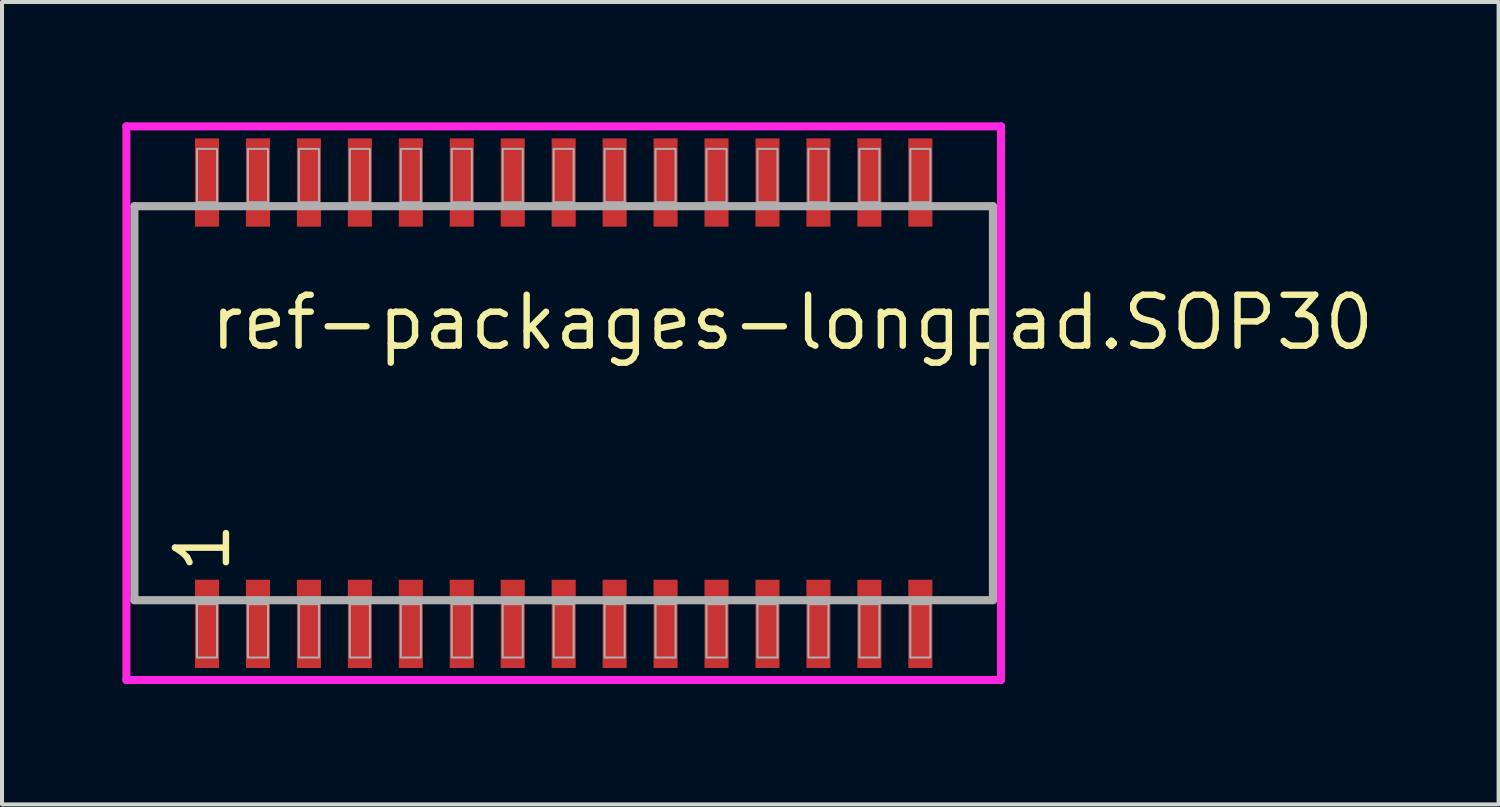
<source format=kicad_pcb>
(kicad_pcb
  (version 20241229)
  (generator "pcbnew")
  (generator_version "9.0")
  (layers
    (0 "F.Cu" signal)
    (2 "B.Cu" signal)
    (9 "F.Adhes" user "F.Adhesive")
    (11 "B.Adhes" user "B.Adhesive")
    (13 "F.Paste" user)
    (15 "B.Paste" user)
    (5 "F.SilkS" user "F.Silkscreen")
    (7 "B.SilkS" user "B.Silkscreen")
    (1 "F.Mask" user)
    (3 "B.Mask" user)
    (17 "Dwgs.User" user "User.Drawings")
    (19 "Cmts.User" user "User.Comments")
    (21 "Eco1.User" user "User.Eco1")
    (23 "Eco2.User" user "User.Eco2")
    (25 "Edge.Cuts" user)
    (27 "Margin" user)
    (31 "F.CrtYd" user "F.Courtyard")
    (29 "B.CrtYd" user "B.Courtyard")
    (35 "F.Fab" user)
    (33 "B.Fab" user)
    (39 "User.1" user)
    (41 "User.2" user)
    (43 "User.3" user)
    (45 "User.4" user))
  (footprint "ref-packages-longpad.SOP30"
    (layer "F.Cu")
    (at 11 7)
    (property "Reference" "ref-packages-longpad.SOP30" (at -8.89 -1.27 0) (layer "F.SilkS") (effects (font (size 1.27 1.27) (thickness 0.16)) (justify left bottom)))
    (attr smd)
    (fp_line (start -10.9 -6.9) (end 10.9 -6.9) (stroke (width 0.2) (type default)) (layer "F.CrtYd"))
    (fp_line (start -10.9 6.9) (end -10.9 -6.9) (stroke (width 0.2) (type default)) (layer "F.CrtYd"))
    (fp_line (start 10.9 -6.9) (end 10.9 6.9) (stroke (width 0.2) (type default)) (layer "F.CrtYd"))
    (fp_line (start 10.9 6.9) (end -10.9 6.9) (stroke (width 0.2) (type default)) (layer "F.CrtYd"))
    (fp_line (start -10.7 -4.91) (end 10.7 -4.91) (stroke (width 0.203) (type default)) (layer "F.Fab"))
    (fp_line (start -10.7 4.91) (end -10.7 -4.91) (stroke (width 0.203) (type default)) (layer "F.Fab"))
    (fp_line (start 10.7 -4.91) (end 10.7 4.91) (stroke (width 0.203) (type default)) (layer "F.Fab"))
    (fp_line (start 10.7 4.91) (end -10.7 4.91) (stroke (width 0.203) (type default)) (layer "F.Fab"))
    (fp_rect (start -9.14 -5.01) (end -8.64 -6.34) (stroke (width 0.05) (type default)) (fill no) (layer "F.Fab"))
    (fp_rect (start -9.14 6.34) (end -8.64 5.01) (stroke (width 0.05) (type default)) (fill no) (layer "F.Fab"))
    (fp_rect (start -7.87 -5.01) (end -7.37 -6.34) (stroke (width 0.05) (type default)) (fill no) (layer "F.Fab"))
    (fp_rect (start -7.87 6.34) (end -7.37 5.01) (stroke (width 0.05) (type default)) (fill no) (layer "F.Fab"))
    (fp_rect (start -6.6 -5.01) (end -6.1 -6.34) (stroke (width 0.05) (type default)) (fill no) (layer "F.Fab"))
    (fp_rect (start -6.6 6.34) (end -6.1 5.01) (stroke (width 0.05) (type default)) (fill no) (layer "F.Fab"))
    (fp_rect (start -5.33 -5.01) (end -4.83 -6.34) (stroke (width 0.05) (type default)) (fill no) (layer "F.Fab"))
    (fp_rect (start -5.33 6.34) (end -4.83 5.01) (stroke (width 0.05) (type default)) (fill no) (layer "F.Fab"))
    (fp_rect (start -4.06 -5.01) (end -3.56 -6.34) (stroke (width 0.05) (type default)) (fill no) (layer "F.Fab"))
    (fp_rect (start -4.06 6.34) (end -3.56 5.01) (stroke (width 0.05) (type default)) (fill no) (layer "F.Fab"))
    (fp_rect (start -2.79 -5.01) (end -2.29 -6.34) (stroke (width 0.05) (type default)) (fill no) (layer "F.Fab"))
    (fp_rect (start -2.79 6.34) (end -2.29 5.01) (stroke (width 0.05) (type default)) (fill no) (layer "F.Fab"))
    (fp_rect (start -1.52 -5.01) (end -1.02 -6.34) (stroke (width 0.05) (type default)) (fill no) (layer "F.Fab"))
    (fp_rect (start -1.52 6.34) (end -1.02 5.01) (stroke (width 0.05) (type default)) (fill no) (layer "F.Fab"))
    (fp_rect (start -0.25 -5.01) (end 0.25 -6.34) (stroke (width 0.05) (type default)) (fill no) (layer "F.Fab"))
    (fp_rect (start -0.25 6.34) (end 0.25 5.01) (stroke (width 0.05) (type default)) (fill no) (layer "F.Fab"))
    (fp_rect (start 1.02 -5.01) (end 1.52 -6.34) (stroke (width 0.05) (type default)) (fill no) (layer "F.Fab"))
    (fp_rect (start 1.02 6.34) (end 1.52 5.01) (stroke (width 0.05) (type default)) (fill no) (layer "F.Fab"))
    (fp_rect (start 2.29 -5.01) (end 2.79 -6.34) (stroke (width 0.05) (type default)) (fill no) (layer "F.Fab"))
    (fp_rect (start 2.29 6.34) (end 2.79 5.01) (stroke (width 0.05) (type default)) (fill no) (layer "F.Fab"))
    (fp_rect (start 3.56 -5.01) (end 4.06 -6.34) (stroke (width 0.05) (type default)) (fill no) (layer "F.Fab"))
    (fp_rect (start 3.56 6.34) (end 4.06 5.01) (stroke (width 0.05) (type default)) (fill no) (layer "F.Fab"))
    (fp_rect (start 4.83 -5.01) (end 5.33 -6.34) (stroke (width 0.05) (type default)) (fill no) (layer "F.Fab"))
    (fp_rect (start 4.83 6.34) (end 5.33 5.01) (stroke (width 0.05) (type default)) (fill no) (layer "F.Fab"))
    (fp_rect (start 6.1 -5.01) (end 6.6 -6.34) (stroke (width 0.05) (type default)) (fill no) (layer "F.Fab"))
    (fp_rect (start 6.1 6.34) (end 6.6 5.01) (stroke (width 0.05) (type default)) (fill no) (layer "F.Fab"))
    (fp_rect (start 7.37 -5.01) (end 7.87 -6.34) (stroke (width 0.05) (type default)) (fill no) (layer "F.Fab"))
    (fp_rect (start 7.37 6.34) (end 7.87 5.01) (stroke (width 0.05) (type default)) (fill no) (layer "F.Fab"))
    (fp_rect (start 8.64 -5.01) (end 9.14 -6.34) (stroke (width 0.05) (type default)) (fill no) (layer "F.Fab"))
    (fp_rect (start 8.64 6.34) (end 9.14 5.01) (stroke (width 0.05) (type default)) (fill no) (layer "F.Fab"))
    (fp_text user "1" (at -8.255 4.31 90) (layer "F.SilkS") (effects (font (size 1.27 1.27) (thickness 0.16)) (justify left bottom)))
    (pad "1" smd roundrect (at -8.89 5.5) (size 0.6 2.2) (layers "F.Cu" "F.Mask" "F.Paste") (roundrect_rratio 0.01))
    (pad "2" smd roundrect (at -7.62 5.5) (size 0.6 2.2) (layers "F.Cu" "F.Mask" "F.Paste") (roundrect_rratio 0.01))
    (pad "3" smd roundrect (at -6.35 5.5) (size 0.6 2.2) (layers "F.Cu" "F.Mask" "F.Paste") (roundrect_rratio 0.01))
    (pad "4" smd roundrect (at -5.08 5.5) (size 0.6 2.2) (layers "F.Cu" "F.Mask" "F.Paste") (roundrect_rratio 0.01))
    (pad "5" smd roundrect (at -3.81 5.5) (size 0.6 2.2) (layers "F.Cu" "F.Mask" "F.Paste") (roundrect_rratio 0.01))
    (pad "6" smd roundrect (at -2.54 5.5) (size 0.6 2.2) (layers "F.Cu" "F.Mask" "F.Paste") (roundrect_rratio 0.01))
    (pad "7" smd roundrect (at -1.27 5.5) (size 0.6 2.2) (layers "F.Cu" "F.Mask" "F.Paste") (roundrect_rratio 0.01))
    (pad "8" smd roundrect (at 0 5.5) (size 0.6 2.2) (layers "F.Cu" "F.Mask" "F.Paste") (roundrect_rratio 0.01))
    (pad "9" smd roundrect (at 1.27 5.5) (size 0.6 2.2) (layers "F.Cu" "F.Mask" "F.Paste") (roundrect_rratio 0.01))
    (pad "10" smd roundrect (at 2.54 5.5) (size 0.6 2.2) (layers "F.Cu" "F.Mask" "F.Paste") (roundrect_rratio 0.01))
    (pad "11" smd roundrect (at 3.81 5.5) (size 0.6 2.2) (layers "F.Cu" "F.Mask" "F.Paste") (roundrect_rratio 0.01))
    (pad "12" smd roundrect (at 5.08 5.5) (size 0.6 2.2) (layers "F.Cu" "F.Mask" "F.Paste") (roundrect_rratio 0.01))
    (pad "13" smd roundrect (at 6.35 5.5) (size 0.6 2.2) (layers "F.Cu" "F.Mask" "F.Paste") (roundrect_rratio 0.01))
    (pad "14" smd roundrect (at 7.62 5.5) (size 0.6 2.2) (layers "F.Cu" "F.Mask" "F.Paste") (roundrect_rratio 0.01))
    (pad "15" smd roundrect (at 8.89 5.5) (size 0.6 2.2) (layers "F.Cu" "F.Mask" "F.Paste") (roundrect_rratio 0.01))
    (pad "16" smd roundrect (at 8.89 -5.5) (size 0.6 2.2) (layers "F.Cu" "F.Mask" "F.Paste") (roundrect_rratio 0.01))
    (pad "17" smd roundrect (at 7.62 -5.5) (size 0.6 2.2) (layers "F.Cu" "F.Mask" "F.Paste") (roundrect_rratio 0.01))
    (pad "18" smd roundrect (at 6.35 -5.5) (size 0.6 2.2) (layers "F.Cu" "F.Mask" "F.Paste") (roundrect_rratio 0.01))
    (pad "19" smd roundrect (at 5.08 -5.5) (size 0.6 2.2) (layers "F.Cu" "F.Mask" "F.Paste") (roundrect_rratio 0.01))
    (pad "20" smd roundrect (at 3.81 -5.5) (size 0.6 2.2) (layers "F.Cu" "F.Mask" "F.Paste") (roundrect_rratio 0.01))
    (pad "21" smd roundrect (at 2.54 -5.5) (size 0.6 2.2) (layers "F.Cu" "F.Mask" "F.Paste") (roundrect_rratio 0.01))
    (pad "22" smd roundrect (at 1.27 -5.5) (size 0.6 2.2) (layers "F.Cu" "F.Mask" "F.Paste") (roundrect_rratio 0.01))
    (pad "23" smd roundrect (at 0 -5.5) (size 0.6 2.2) (layers "F.Cu" "F.Mask" "F.Paste") (roundrect_rratio 0.01))
    (pad "24" smd roundrect (at -1.27 -5.5) (size 0.6 2.2) (layers "F.Cu" "F.Mask" "F.Paste") (roundrect_rratio 0.01))
    (pad "25" smd roundrect (at -2.54 -5.5) (size 0.6 2.2) (layers "F.Cu" "F.Mask" "F.Paste") (roundrect_rratio 0.01))
    (pad "26" smd roundrect (at -3.81 -5.5) (size 0.6 2.2) (layers "F.Cu" "F.Mask" "F.Paste") (roundrect_rratio 0.01))
    (pad "27" smd roundrect (at -5.08 -5.5) (size 0.6 2.2) (layers "F.Cu" "F.Mask" "F.Paste") (roundrect_rratio 0.01))
    (pad "28" smd roundrect (at -6.35 -5.5) (size 0.6 2.2) (layers "F.Cu" "F.Mask" "F.Paste") (roundrect_rratio 0.01))
    (pad "29" smd roundrect (at -7.62 -5.5) (size 0.6 2.2) (layers "F.Cu" "F.Mask" "F.Paste") (roundrect_rratio 0.01))
    (pad "30" smd roundrect (at -8.89 -5.5) (size 0.6 2.2) (layers "F.Cu" "F.Mask" "F.Paste") (roundrect_rratio 0.01)))
  (gr_rect
    (start -3 -3)
    (end 34.304 17)
    (stroke (width 0.1) (type default))
    (fill no)
    (layer "Edge.Cuts")))
</source>
